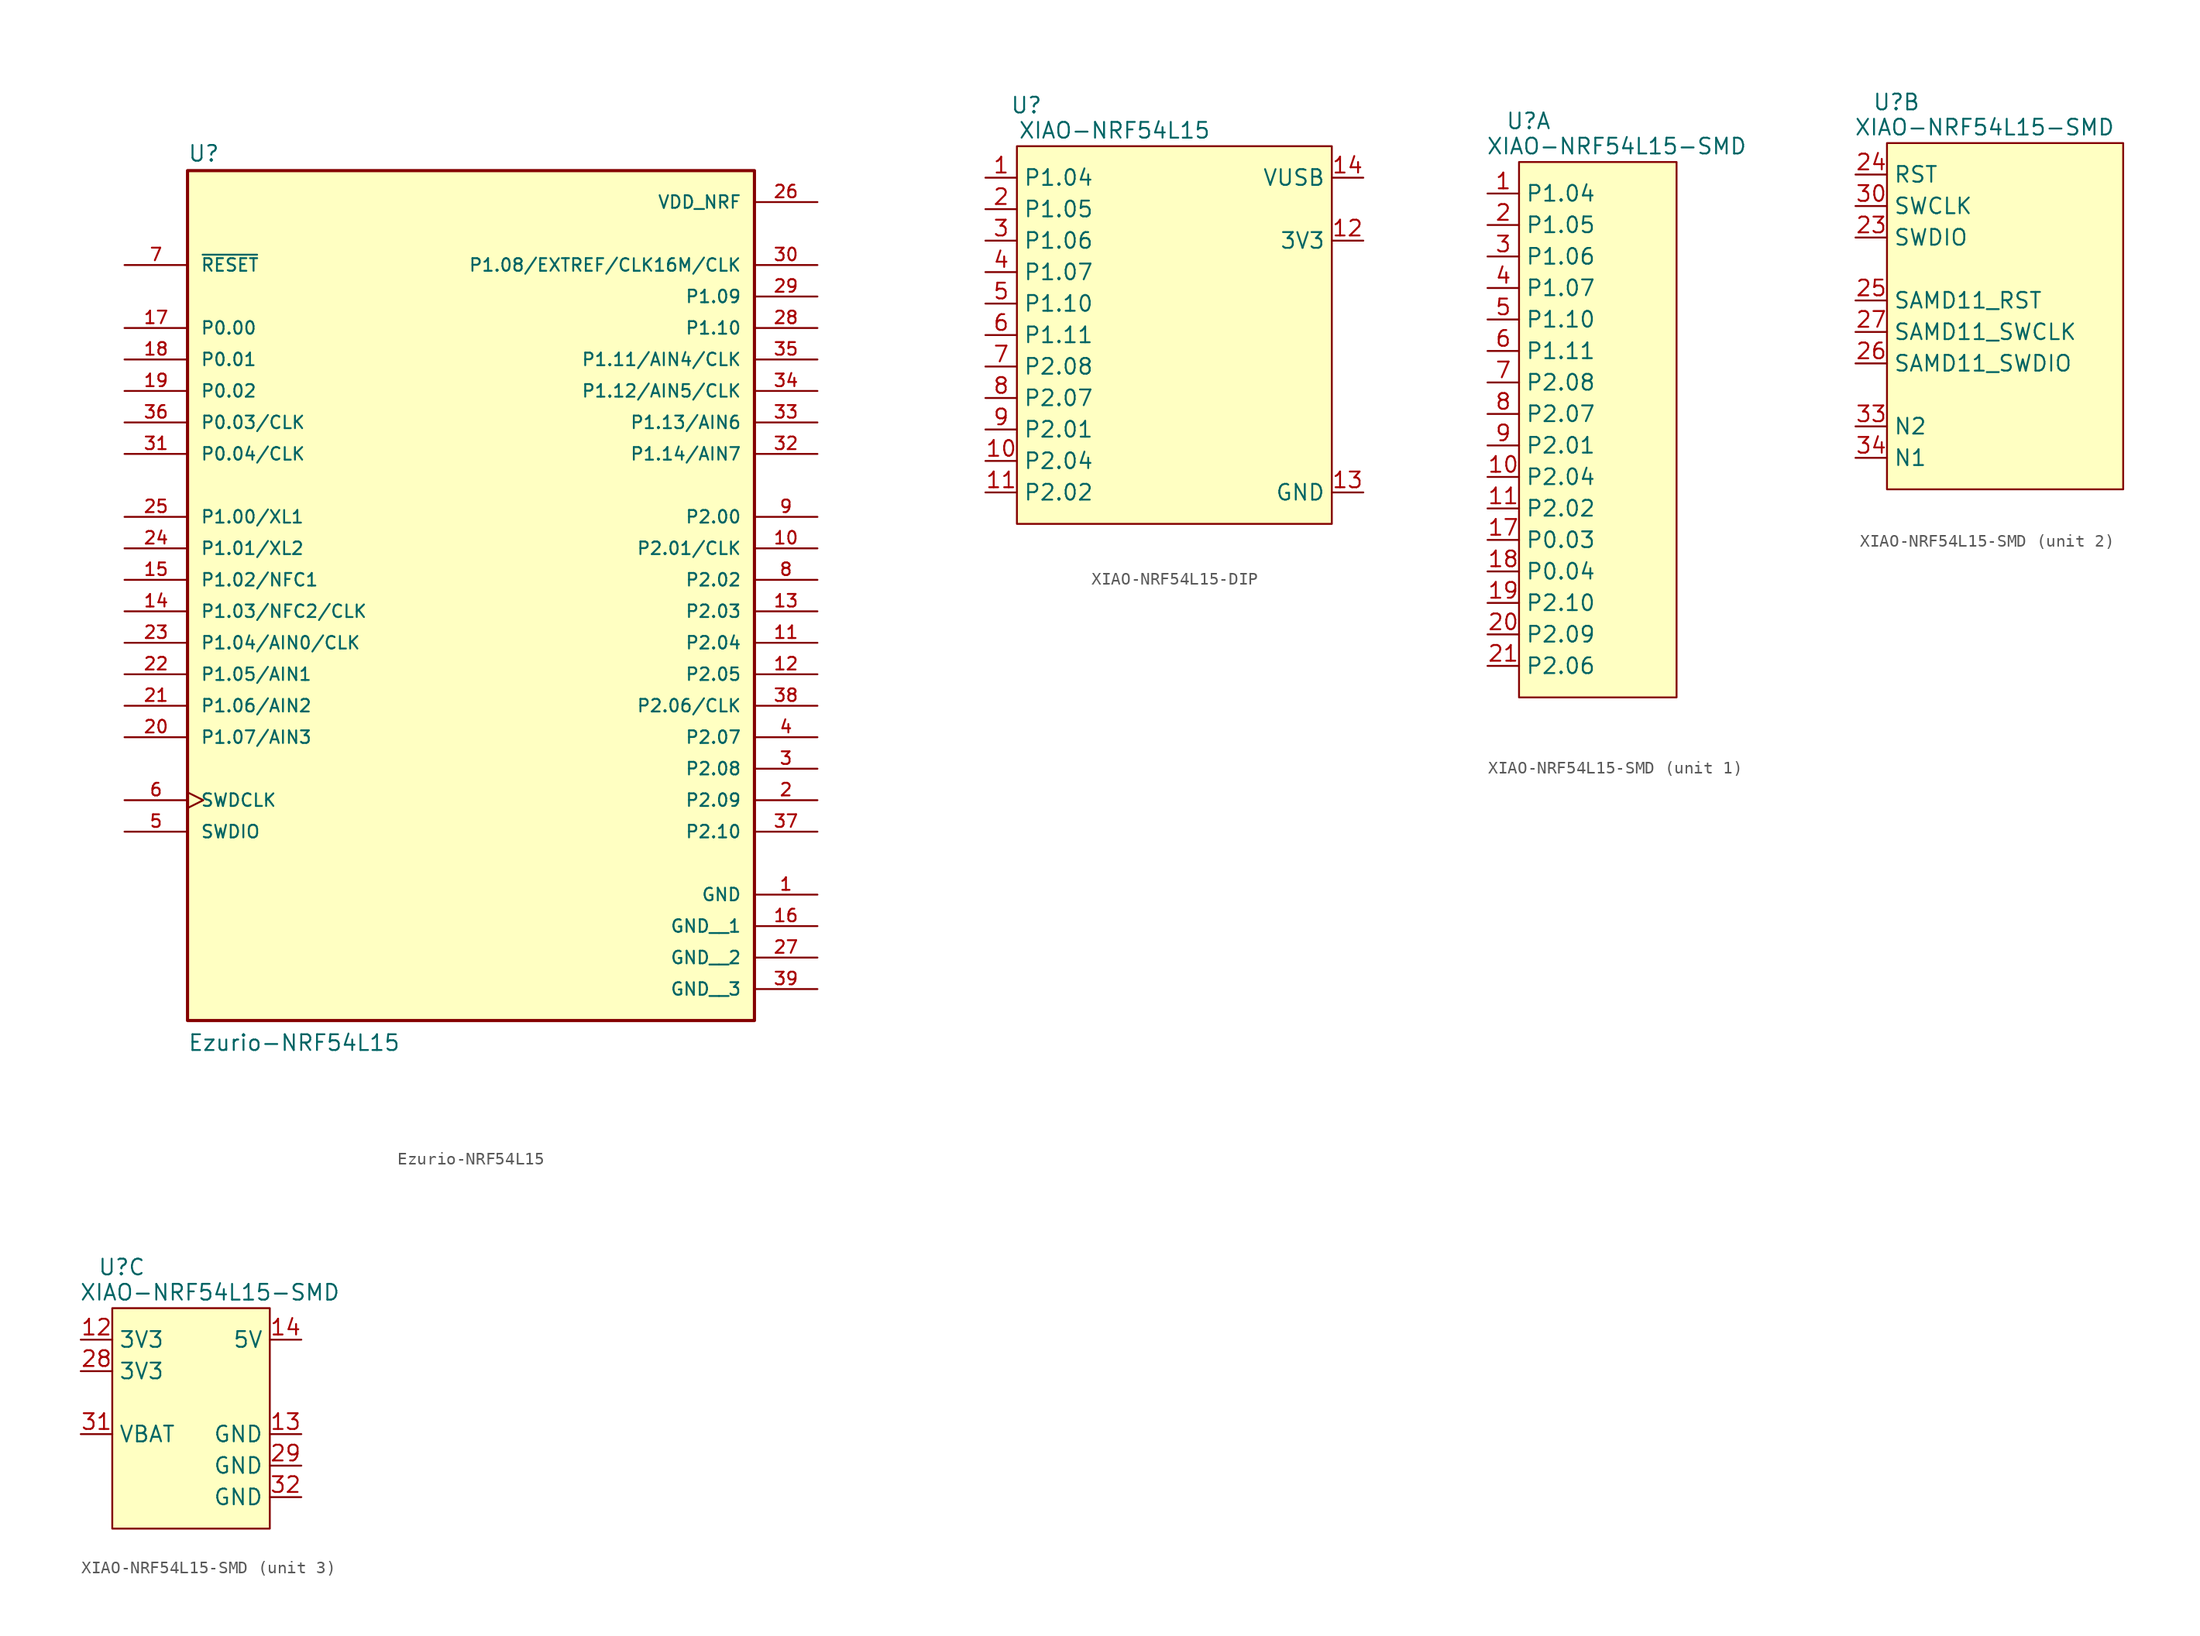
<source format=kicad_sym>
(kicad_symbol_lib
  (version 20241209)
  (generator "kicad_symbol_editor")
  (generator_version "9.0")
  (symbol "Ezurio-NRF54L15"
    (pin_names
      (offset 1.016))
    (property "Reference" "U"
      (at -22.86 31.115 0)
      (effects (font (size 1.27 1.27)) (justify left bottom)))
    (property "Value" "Ezurio-NRF54L15"
      (at -22.86 -40.64 0)
      (effects (font (size 1.27 1.27)) (justify left bottom)))
    (symbol "Ezurio-NRF54L15_0_0"
      (rectangle (start -22.86 -38.1) (end 22.86 30.48) (stroke (width 0.254) (type default)) (fill (type background)))
      (pin passive line (at -27.94 22.86 0) (length 5.08) (name "~{RESET}" (effects (font (size 1.016 1.016)))) (number "7" (effects (font (size 1.016 1.016)))))
      (pin bidirectional line (at -27.94 17.78 0) (length 5.08) (name "P0.00" (effects (font (size 1.016 1.016)))) (number "17" (effects (font (size 1.016 1.016)))))
      (pin bidirectional line (at -27.94 15.24 0) (length 5.08) (name "P0.01" (effects (font (size 1.016 1.016)))) (number "18" (effects (font (size 1.016 1.016)))))
      (pin bidirectional line (at -27.94 12.7 0) (length 5.08) (name "P0.02" (effects (font (size 1.016 1.016)))) (number "19" (effects (font (size 1.016 1.016)))))
      (pin bidirectional line (at -27.94 10.16 0) (length 5.08) (name "P0.03/CLK" (effects (font (size 1.016 1.016)))) (number "36" (effects (font (size 1.016 1.016)))))
      (pin bidirectional line (at -27.94 7.62 0) (length 5.08) (name "P0.04/CLK" (effects (font (size 1.016 1.016)))) (number "31" (effects (font (size 1.016 1.016)))))
      (pin bidirectional line (at -27.94 2.54 0) (length 5.08) (name "P1.00/XL1" (effects (font (size 1.016 1.016)))) (number "25" (effects (font (size 1.016 1.016)))))
      (pin bidirectional line (at -27.94 0 0) (length 5.08) (name "P1.01/XL2" (effects (font (size 1.016 1.016)))) (number "24" (effects (font (size 1.016 1.016)))))
      (pin bidirectional line (at -27.94 -2.54 0) (length 5.08) (name "P1.02/NFC1" (effects (font (size 1.016 1.016)))) (number "15" (effects (font (size 1.016 1.016)))))
      (pin bidirectional line (at -27.94 -5.08 0) (length 5.08) (name "P1.03/NFC2/CLK" (effects (font (size 1.016 1.016)))) (number "14" (effects (font (size 1.016 1.016)))))
      (pin bidirectional line (at -27.94 -7.62 0) (length 5.08) (name "P1.04/AIN0/CLK" (effects (font (size 1.016 1.016)))) (number "23" (effects (font (size 1.016 1.016)))))
      (pin bidirectional line (at -27.94 -10.16 0) (length 5.08) (name "P1.05/AIN1" (effects (font (size 1.016 1.016)))) (number "22" (effects (font (size 1.016 1.016)))))
      (pin bidirectional line (at -27.94 -12.7 0) (length 5.08) (name "P1.06/AIN2" (effects (font (size 1.016 1.016)))) (number "21" (effects (font (size 1.016 1.016)))))
      (pin bidirectional line (at -27.94 -15.24 0) (length 5.08) (name "P1.07/AIN3" (effects (font (size 1.016 1.016)))) (number "20" (effects (font (size 1.016 1.016)))))
      (pin input clock (at -27.94 -20.32 0) (length 5.08) (name "SWDCLK" (effects (font (size 1.016 1.016)))) (number "6" (effects (font (size 1.016 1.016)))))
      (pin bidirectional line (at -27.94 -22.86 0) (length 5.08) (name "SWDIO" (effects (font (size 1.016 1.016)))) (number "5" (effects (font (size 1.016 1.016)))))
      (pin power_in line (at 27.94 27.94 180) (length 5.08) (name "VDD_NRF" (effects (font (size 1.016 1.016)))) (number "26" (effects (font (size 1.016 1.016)))))
      (pin bidirectional line (at 27.94 22.86 180) (length 5.08) (name "P1.08/EXTREF/CLK16M/CLK" (effects (font (size 1.016 1.016)))) (number "30" (effects (font (size 1.016 1.016)))))
      (pin bidirectional line (at 27.94 20.32 180) (length 5.08) (name "P1.09" (effects (font (size 1.016 1.016)))) (number "29" (effects (font (size 1.016 1.016)))))
      (pin bidirectional line (at 27.94 17.78 180) (length 5.08) (name "P1.10" (effects (font (size 1.016 1.016)))) (number "28" (effects (font (size 1.016 1.016)))))
      (pin bidirectional line (at 27.94 15.24 180) (length 5.08) (name "P1.11/AIN4/CLK" (effects (font (size 1.016 1.016)))) (number "35" (effects (font (size 1.016 1.016)))))
      (pin bidirectional line (at 27.94 12.7 180) (length 5.08) (name "P1.12/AIN5/CLK" (effects (font (size 1.016 1.016)))) (number "34" (effects (font (size 1.016 1.016)))))
      (pin bidirectional line (at 27.94 10.16 180) (length 5.08) (name "P1.13/AIN6" (effects (font (size 1.016 1.016)))) (number "33" (effects (font (size 1.016 1.016)))))
      (pin bidirectional line (at 27.94 7.62 180) (length 5.08) (name "P1.14/AIN7" (effects (font (size 1.016 1.016)))) (number "32" (effects (font (size 1.016 1.016)))))
      (pin bidirectional line (at 27.94 2.54 180) (length 5.08) (name "P2.00" (effects (font (size 1.016 1.016)))) (number "9" (effects (font (size 1.016 1.016)))))
      (pin bidirectional line (at 27.94 0 180) (length 5.08) (name "P2.01/CLK" (effects (font (size 1.016 1.016)))) (number "10" (effects (font (size 1.016 1.016)))))
      (pin bidirectional line (at 27.94 -2.54 180) (length 5.08) (name "P2.02" (effects (font (size 1.016 1.016)))) (number "8" (effects (font (size 1.016 1.016)))))
      (pin bidirectional line (at 27.94 -5.08 180) (length 5.08) (name "P2.03" (effects (font (size 1.016 1.016)))) (number "13" (effects (font (size 1.016 1.016)))))
      (pin bidirectional line (at 27.94 -7.62 180) (length 5.08) (name "P2.04" (effects (font (size 1.016 1.016)))) (number "11" (effects (font (size 1.016 1.016)))))
      (pin bidirectional line (at 27.94 -10.16 180) (length 5.08) (name "P2.05" (effects (font (size 1.016 1.016)))) (number "12" (effects (font (size 1.016 1.016)))))
      (pin bidirectional line (at 27.94 -12.7 180) (length 5.08) (name "P2.06/CLK" (effects (font (size 1.016 1.016)))) (number "38" (effects (font (size 1.016 1.016)))))
      (pin bidirectional line (at 27.94 -15.24 180) (length 5.08) (name "P2.07" (effects (font (size 1.016 1.016)))) (number "4" (effects (font (size 1.016 1.016)))))
      (pin bidirectional line (at 27.94 -17.78 180) (length 5.08) (name "P2.08" (effects (font (size 1.016 1.016)))) (number "3" (effects (font (size 1.016 1.016)))))
      (pin bidirectional line (at 27.94 -20.32 180) (length 5.08) (name "P2.09" (effects (font (size 1.016 1.016)))) (number "2" (effects (font (size 1.016 1.016)))))
      (pin bidirectional line (at 27.94 -22.86 180) (length 5.08) (name "P2.10" (effects (font (size 1.016 1.016)))) (number "37" (effects (font (size 1.016 1.016)))))
      (pin power_in line (at 27.94 -27.94 180) (length 5.08) (name "GND" (effects (font (size 1.016 1.016)))) (number "1" (effects (font (size 1.016 1.016)))))
      (pin power_in line (at 27.94 -30.48 180) (length 5.08) (name "GND__1" (effects (font (size 1.016 1.016)))) (number "16" (effects (font (size 1.016 1.016)))))
      (pin power_in line (at 27.94 -33.02 180) (length 5.08) (name "GND__2" (effects (font (size 1.016 1.016)))) (number "27" (effects (font (size 1.016 1.016)))))
      (pin power_in line (at 27.94 -35.56 180) (length 5.08) (name "GND__3" (effects (font (size 1.016 1.016)))) (number "39" (effects (font (size 1.016 1.016)))))))
  (symbol "XIAO-NRF54L15-DIP"
    (property "Reference" "U"
      (at 0.762 3.302 0)
      (effects (font (size 1.27 1.27))))
    (property "Value" "XIAO-NRF54L15"
      (at 7.874 1.27 0)
      (effects (font (size 1.27 1.27))))
    (symbol "XIAO-NRF54L15-DIP_1_0"
      (pin bidirectional line (at -2.54 -2.54 0) (length 2.54) (name "P1.04" (effects (font (size 1.27 1.27)))) (number "1" (effects (font (size 1.27 1.27)))) (alternate "A0" bidirectional line) (alternate "D0" bidirectional line))
      (pin bidirectional line (at -2.54 -5.08 0) (length 2.54) (name "P1.05" (effects (font (size 1.27 1.27)))) (number "2" (effects (font (size 1.27 1.27)))) (alternate "A1" bidirectional line) (alternate "D1" bidirectional line))
      (pin bidirectional line (at -2.54 -7.62 0) (length 2.54) (name "P1.06" (effects (font (size 1.27 1.27)))) (number "3" (effects (font (size 1.27 1.27)))) (alternate "A2" bidirectional line) (alternate "D2" bidirectional line))
      (pin bidirectional line (at -2.54 -10.16 0) (length 2.54) (name "P1.07" (effects (font (size 1.27 1.27)))) (number "4" (effects (font (size 1.27 1.27)))) (alternate "A3" bidirectional line) (alternate "D3" bidirectional line))
      (pin bidirectional line (at -2.54 -12.7 0) (length 2.54) (name "P1.10" (effects (font (size 1.27 1.27)))) (number "5" (effects (font (size 1.27 1.27)))) (alternate "D4" bidirectional line) (alternate "SDA0" bidirectional line))
      (pin bidirectional line (at -2.54 -15.24 0) (length 2.54) (name "P1.11" (effects (font (size 1.27 1.27)))) (number "6" (effects (font (size 1.27 1.27)))) (alternate "D5" bidirectional line) (alternate "SCL0" bidirectional line))
      (pin bidirectional line (at -2.54 -17.78 0) (length 2.54) (name "P2.08" (effects (font (size 1.27 1.27)))) (number "7" (effects (font (size 1.27 1.27)))) (alternate "D6" bidirectional line) (alternate "TX" output line))
      (pin bidirectional line (at -2.54 -20.32 0) (length 2.54) (name "P2.07" (effects (font (size 1.27 1.27)))) (number "8" (effects (font (size 1.27 1.27)))) (alternate "D7" bidirectional line) (alternate "RX" input line))
      (pin bidirectional line (at -2.54 -22.86 0) (length 2.54) (name "P2.01" (effects (font (size 1.27 1.27)))) (number "9" (effects (font (size 1.27 1.27)))) (alternate "D8" bidirectional line) (alternate "SCK" output line))
      (pin bidirectional line (at -2.54 -25.4 0) (length 2.54) (name "P2.04" (effects (font (size 1.27 1.27)))) (number "10" (effects (font (size 1.27 1.27)))) (alternate "D9" bidirectional line) (alternate "MISO" input line))
      (pin bidirectional line (at -2.54 -27.94 0) (length 2.54) (name "P2.02" (effects (font (size 1.27 1.27)))) (number "11" (effects (font (size 1.27 1.27)))) (alternate "D10" bidirectional line) (alternate "MOSI" output line))
      (pin power_out line (at 27.94 -2.54 180) (length 2.54) (name "VUSB" (effects (font (size 1.27 1.27)))) (number "14" (effects (font (size 1.27 1.27)))))
      (pin power_in line (at 27.94 -7.62 180) (length 2.54) (name "3V3" (effects (font (size 1.27 1.27)))) (number "12" (effects (font (size 1.27 1.27)))))
      (pin power_in line (at 27.94 -27.94 180) (length 2.54) (name "GND" (effects (font (size 1.27 1.27)))) (number "13" (effects (font (size 1.27 1.27))))))
    (symbol "XIAO-NRF54L15-DIP_1_1"
      (rectangle (start 0 0) (end 25.4 -30.48) (stroke (width 0) (type solid)) (fill (type background)))))
  (symbol "XIAO-NRF54L15-SMD"
    (property "Reference" "U"
      (at 0.762 3.302 0)
      (effects (font (size 1.27 1.27))))
    (property "Value" "XIAO-NRF54L15-SMD"
      (at 7.874 1.27 0)
      (effects (font (size 1.27 1.27))))
    (symbol "XIAO-NRF54L15-SMD_1_0"
      (pin bidirectional line (at -2.54 -2.54 0) (length 2.54) (name "P1.04" (effects (font (size 1.27 1.27)))) (number "1" (effects (font (size 1.27 1.27)))) (alternate "A0" bidirectional line) (alternate "D0" bidirectional line))
      (pin bidirectional line (at -2.54 -5.08 0) (length 2.54) (name "P1.05" (effects (font (size 1.27 1.27)))) (number "2" (effects (font (size 1.27 1.27)))) (alternate "A1" bidirectional line) (alternate "D1" bidirectional line))
      (pin bidirectional line (at -2.54 -7.62 0) (length 2.54) (name "P1.06" (effects (font (size 1.27 1.27)))) (number "3" (effects (font (size 1.27 1.27)))) (alternate "A2" bidirectional line) (alternate "D2" bidirectional line))
      (pin bidirectional line (at -2.54 -10.16 0) (length 2.54) (name "P1.07" (effects (font (size 1.27 1.27)))) (number "4" (effects (font (size 1.27 1.27)))) (alternate "A3" bidirectional line) (alternate "D3" bidirectional line))
      (pin bidirectional line (at -2.54 -12.7 0) (length 2.54) (name "P1.10" (effects (font (size 1.27 1.27)))) (number "5" (effects (font (size 1.27 1.27)))) (alternate "D4" bidirectional line) (alternate "SDA0" bidirectional line))
      (pin bidirectional line (at -2.54 -15.24 0) (length 2.54) (name "P1.11" (effects (font (size 1.27 1.27)))) (number "6" (effects (font (size 1.27 1.27)))) (alternate "D5" bidirectional line) (alternate "SCL0" bidirectional line))
      (pin bidirectional line (at -2.54 -17.78 0) (length 2.54) (name "P2.08" (effects (font (size 1.27 1.27)))) (number "7" (effects (font (size 1.27 1.27)))) (alternate "D6" bidirectional line) (alternate "TX" output line))
      (pin bidirectional line (at -2.54 -20.32 0) (length 2.54) (name "P2.07" (effects (font (size 1.27 1.27)))) (number "8" (effects (font (size 1.27 1.27)))) (alternate "D7" bidirectional line) (alternate "RX" input line))
      (pin bidirectional line (at -2.54 -22.86 0) (length 2.54) (name "P2.01" (effects (font (size 1.27 1.27)))) (number "9" (effects (font (size 1.27 1.27)))) (alternate "D8" bidirectional line) (alternate "SCK" output line))
      (pin bidirectional line (at -2.54 -25.4 0) (length 2.54) (name "P2.04" (effects (font (size 1.27 1.27)))) (number "10" (effects (font (size 1.27 1.27)))) (alternate "D9" bidirectional line) (alternate "MISO" input line))
      (pin bidirectional line (at -2.54 -27.94 0) (length 2.54) (name "P2.02" (effects (font (size 1.27 1.27)))) (number "11" (effects (font (size 1.27 1.27)))) (alternate "D10" bidirectional line) (alternate "MOSI" output line))
      (pin bidirectional line (at -2.54 -30.48 0) (length 2.54) (name "P0.03" (effects (font (size 1.27 1.27)))) (number "17" (effects (font (size 1.27 1.27)))) (alternate "D11" bidirectional line) (alternate "SCL1" output line))
      (pin bidirectional line (at -2.54 -33.02 0) (length 2.54) (name "P0.04" (effects (font (size 1.27 1.27)))) (number "18" (effects (font (size 1.27 1.27)))) (alternate "D12" bidirectional line) (alternate "SDA1" bidirectional line))
      (pin bidirectional line (at -2.54 -35.56 0) (length 2.54) (name "P2.10" (effects (font (size 1.27 1.27)))) (number "19" (effects (font (size 1.27 1.27)))) (alternate "D13" bidirectional line))
      (pin bidirectional line (at -2.54 -38.1 0) (length 2.54) (name "P2.09" (effects (font (size 1.27 1.27)))) (number "20" (effects (font (size 1.27 1.27)))) (alternate "D14" bidirectional line))
      (pin bidirectional line (at -2.54 -40.64 0) (length 2.54) (name "P2.06" (effects (font (size 1.27 1.27)))) (number "21" (effects (font (size 1.27 1.27)))) (alternate "D15" bidirectional line)))
    (symbol "XIAO-NRF54L15-SMD_1_1"
      (rectangle (start 0 0) (end 12.7 -43.18) (stroke (width 0) (type solid)) (fill (type background))))
    (symbol "XIAO-NRF54L15-SMD_2_0"
      (pin input line (at -2.54 -2.54 0) (length 2.54) (name "RST" (effects (font (size 1.27 1.27)))) (number "24" (effects (font (size 1.27 1.27)))))
      (pin input line (at -2.54 -5.08 0) (length 2.54) (name "SWCLK" (effects (font (size 1.27 1.27)))) (number "30" (effects (font (size 1.27 1.27)))))
      (pin bidirectional line (at -2.54 -7.62 0) (length 2.54) (name "SWDIO" (effects (font (size 1.27 1.27)))) (number "23" (effects (font (size 1.27 1.27)))))
      (pin input line (at -2.54 -12.7 0) (length 2.54) (name "SAMD11_RST" (effects (font (size 1.27 1.27)))) (number "25" (effects (font (size 1.27 1.27)))))
      (pin input line (at -2.54 -15.24 0) (length 2.54) (name "SAMD11_SWCLK" (effects (font (size 1.27 1.27)))) (number "27" (effects (font (size 1.27 1.27)))))
      (pin bidirectional line (at -2.54 -17.78 0) (length 2.54) (name "SAMD11_SWDIO" (effects (font (size 1.27 1.27)))) (number "26" (effects (font (size 1.27 1.27)))))
      (pin no_connect line (at -2.54 -20.32 0) (length 2.54) (hide yes) (name "N/A" (effects (font (size 1.27 1.27)))) (number "15" (effects (font (size 1.27 1.27)))))
      (pin no_connect line (at -2.54 -20.32 0) (length 2.54) (hide yes) (name "N/A" (effects (font (size 1.27 1.27)))) (number "16" (effects (font (size 1.27 1.27)))))
      (pin no_connect line (at -2.54 -20.32 0) (length 2.54) (hide yes) (name "N/A" (effects (font (size 1.27 1.27)))) (number "22" (effects (font (size 1.27 1.27)))))
      (pin passive line (at -2.54 -22.86 0) (length 2.54) (name "N2" (effects (font (size 1.27 1.27)))) (number "33" (effects (font (size 1.27 1.27)))))
      (pin passive line (at -2.54 -25.4 0) (length 2.54) (name "N1" (effects (font (size 1.27 1.27)))) (number "34" (effects (font (size 1.27 1.27))))))
    (symbol "XIAO-NRF54L15-SMD_2_1"
      (rectangle (start 0 0) (end 19.05 -27.94) (stroke (width 0) (type solid)) (fill (type background))))
    (symbol "XIAO-NRF54L15-SMD_3_0"
      (pin power_in line (at -2.54 -2.54 0) (length 2.54) (name "3V3" (effects (font (size 1.27 1.27)))) (number "12" (effects (font (size 1.27 1.27)))))
      (pin power_in line (at -2.54 -5.08 0) (length 2.54) (name "3V3" (effects (font (size 1.27 1.27)))) (number "28" (effects (font (size 1.27 1.27)))))
      (pin power_in line (at -2.54 -10.16 0) (length 2.54) (name "VBAT" (effects (font (size 1.27 1.27)))) (number "31" (effects (font (size 1.27 1.27)))))
      (pin power_in line (at 15.24 -2.54 180) (length 2.54) (name "5V" (effects (font (size 1.27 1.27)))) (number "14" (effects (font (size 1.27 1.27)))))
      (pin power_in line (at 15.24 -10.16 180) (length 2.54) (name "GND" (effects (font (size 1.27 1.27)))) (number "13" (effects (font (size 1.27 1.27)))))
      (pin power_in line (at 15.24 -12.7 180) (length 2.54) (name "GND" (effects (font (size 1.27 1.27)))) (number "29" (effects (font (size 1.27 1.27)))))
      (pin power_in line (at 15.24 -15.24 180) (length 2.54) (name "GND" (effects (font (size 1.27 1.27)))) (number "32" (effects (font (size 1.27 1.27))))))
    (symbol "XIAO-NRF54L15-SMD_3_1"
      (rectangle (start 0 0) (end 12.7 -17.78) (stroke (width 0) (type solid)) (fill (type background))))))
</source>
